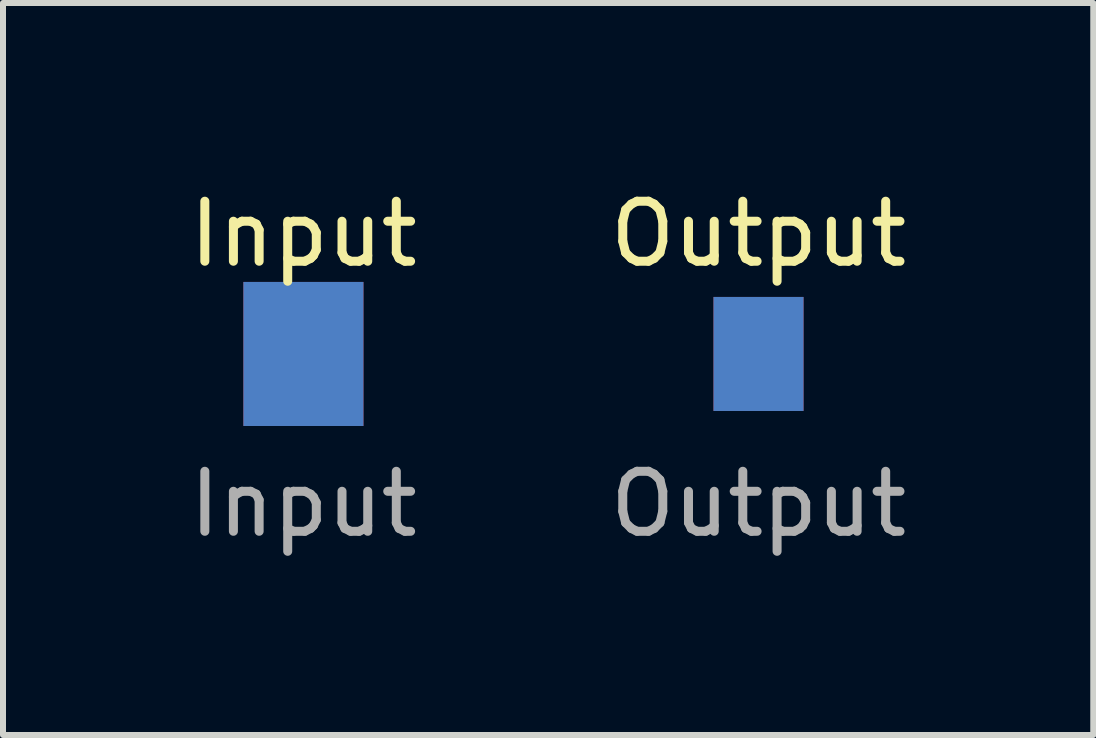
<source format=kicad_pcb>
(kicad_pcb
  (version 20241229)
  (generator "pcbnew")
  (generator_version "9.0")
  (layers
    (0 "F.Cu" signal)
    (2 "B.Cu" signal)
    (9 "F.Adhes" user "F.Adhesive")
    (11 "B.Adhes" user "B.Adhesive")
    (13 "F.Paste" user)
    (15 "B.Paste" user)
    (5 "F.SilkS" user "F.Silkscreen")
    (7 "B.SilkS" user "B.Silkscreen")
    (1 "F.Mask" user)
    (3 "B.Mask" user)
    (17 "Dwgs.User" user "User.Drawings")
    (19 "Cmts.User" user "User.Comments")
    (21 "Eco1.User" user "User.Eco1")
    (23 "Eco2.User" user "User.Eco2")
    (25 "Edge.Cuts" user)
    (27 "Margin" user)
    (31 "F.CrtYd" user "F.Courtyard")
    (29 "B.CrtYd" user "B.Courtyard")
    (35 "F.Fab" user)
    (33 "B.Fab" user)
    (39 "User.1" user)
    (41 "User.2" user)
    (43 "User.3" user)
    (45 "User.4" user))
  (footprint "Input"
    (layer "F.Cu")
    (at 2.006 2.848)
    (property "Reference" "Input" (at 0 -2 0) (unlocked yes) (layer "F.SilkS") (effects (font (size 1 1) (thickness 0.15))))
    (attr smd)
    (fp_text user "${REFERENCE}" (at 0 2.5 0) (unlocked yes) (layer "F.Fab") (effects (font (size 1 1) (thickness 0.15))))
    (pad "1" smd rect (at 0 0) (size 2 2.4) (layers "F.Cu" "F.Mask" "F.Paste"))
    (pad "1" smd rect (at 0 0) (size 2 2.4) (layers "B.Cu" "B.Mask" "B.Paste")))
  (footprint "Output"
    (layer "F.Cu")
    (at 9.589 2.848)
    (property "Reference" "Output" (at 0 -2 0) (unlocked yes) (layer "F.SilkS") (effects (font (size 1 1) (thickness 0.15))))
    (attr smd)
    (fp_text user "${REFERENCE}" (at 0 2.5 0) (unlocked yes) (layer "F.Fab") (effects (font (size 1 1) (thickness 0.15))))
    (pad "1" smd rect (at 0 0) (size 1.5 1.9) (layers "F.Cu" "F.Mask" "F.Paste"))
    (pad "1" smd rect (at 0 0) (size 1.5 1.9) (layers "B.Cu" "B.Mask" "B.Paste")))
  (gr_rect
    (start -3 -3)
    (end 15.167 9.197)
    (stroke (width 0.1) (type default))
    (fill no)
    (layer "Edge.Cuts")))
</source>
